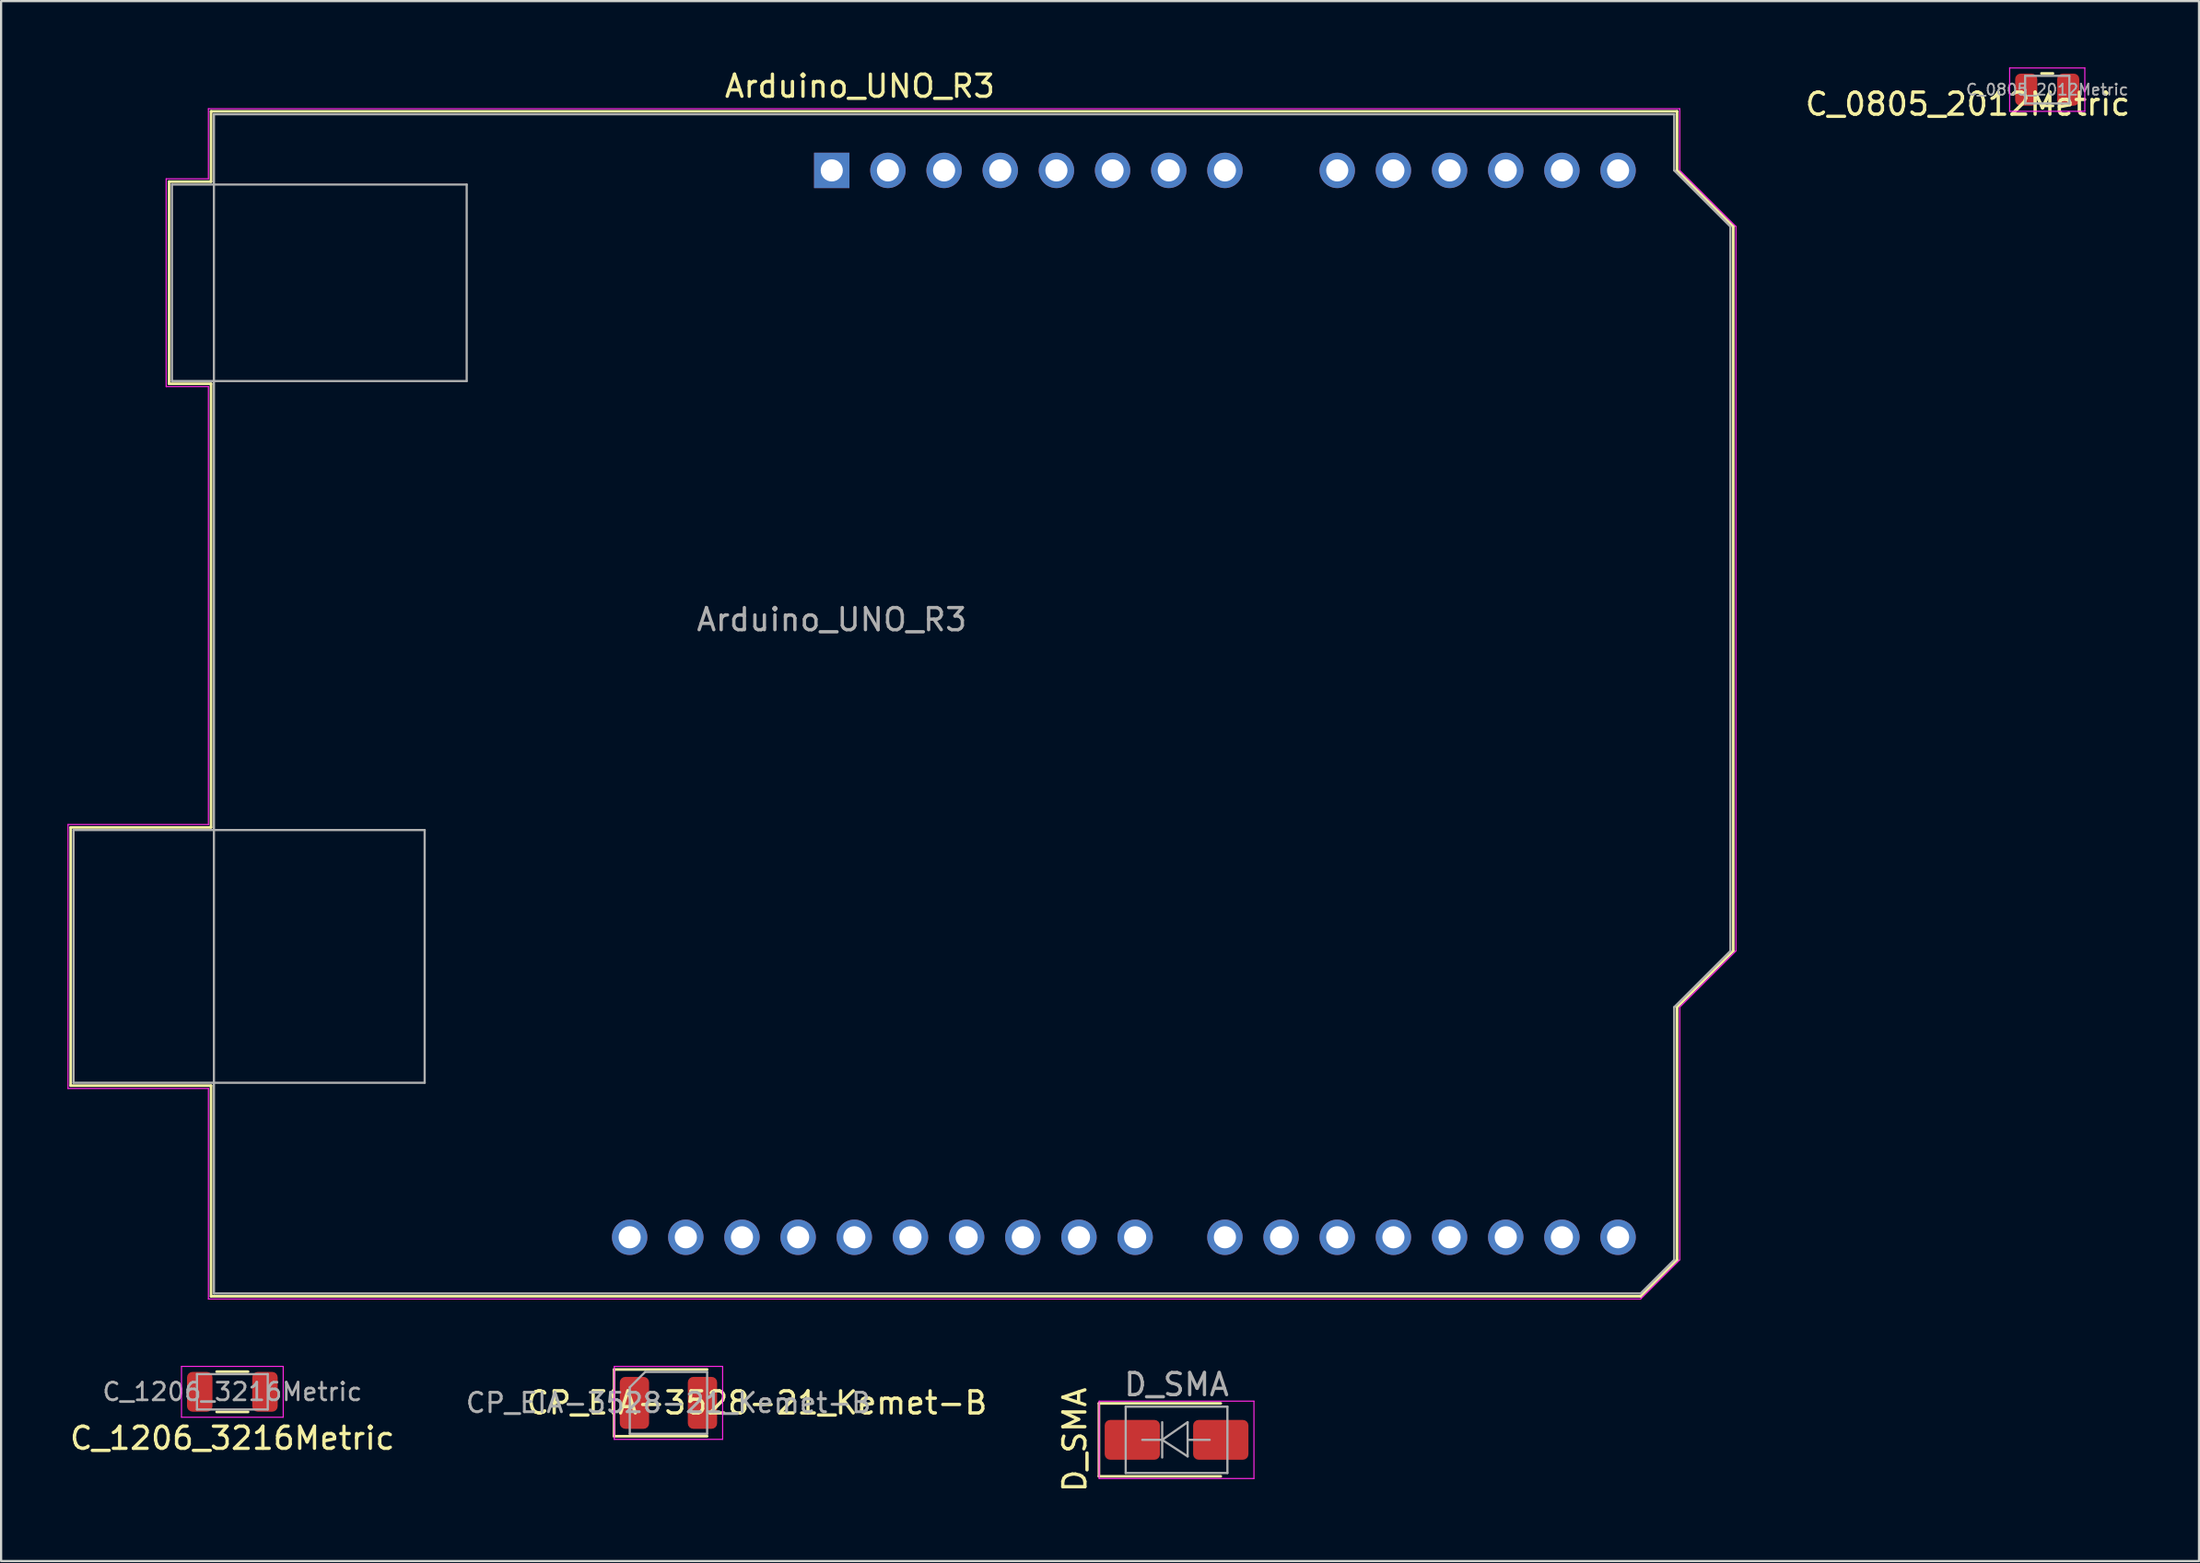
<source format=kicad_pcb>
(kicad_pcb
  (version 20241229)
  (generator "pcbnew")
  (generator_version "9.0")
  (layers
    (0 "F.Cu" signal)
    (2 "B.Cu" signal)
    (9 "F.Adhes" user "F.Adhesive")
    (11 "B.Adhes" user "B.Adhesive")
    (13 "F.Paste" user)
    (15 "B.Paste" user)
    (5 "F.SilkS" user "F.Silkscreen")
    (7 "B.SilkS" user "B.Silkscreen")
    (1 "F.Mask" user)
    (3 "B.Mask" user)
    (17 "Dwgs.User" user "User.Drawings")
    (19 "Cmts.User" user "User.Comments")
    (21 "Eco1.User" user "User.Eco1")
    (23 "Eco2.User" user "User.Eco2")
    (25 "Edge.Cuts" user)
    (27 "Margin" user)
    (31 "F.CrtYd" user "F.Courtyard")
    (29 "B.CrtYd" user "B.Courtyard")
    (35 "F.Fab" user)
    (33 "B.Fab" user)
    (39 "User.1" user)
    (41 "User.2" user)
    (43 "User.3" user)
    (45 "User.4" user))
  (footprint "CP_EIA-3528-21_Kemet-B"
    (layer "F.Cu")
    (at 27.18 60.408)
    (property "Reference" "CP_EIA-3528-21_Kemet-B" (at 4 0 0) (layer "F.SilkS") (effects (font (size 1 1) (thickness 0.15))))
    (attr smd)
    (fp_line (start -2.46 -1.51) (end -2.46 1.51) (stroke (width 0.12) (type solid)) (layer "F.SilkS"))
    (fp_line (start -2.46 1.51) (end 1.75 1.51) (stroke (width 0.12) (type solid)) (layer "F.SilkS"))
    (fp_line (start 1.75 -1.51) (end -2.46 -1.51) (stroke (width 0.12) (type solid)) (layer "F.SilkS"))
    (fp_line (start -2.45 -1.65) (end 2.45 -1.65) (stroke (width 0.05) (type solid)) (layer "F.CrtYd"))
    (fp_line (start -2.45 1.65) (end -2.45 -1.65) (stroke (width 0.05) (type solid)) (layer "F.CrtYd"))
    (fp_line (start 2.45 -1.65) (end 2.45 1.65) (stroke (width 0.05) (type solid)) (layer "F.CrtYd"))
    (fp_line (start 2.45 1.65) (end -2.45 1.65) (stroke (width 0.05) (type solid)) (layer "F.CrtYd"))
    (fp_line (start -1.75 -0.7) (end -1.75 1.4) (stroke (width 0.1) (type solid)) (layer "F.Fab"))
    (fp_line (start -1.75 1.4) (end 1.75 1.4) (stroke (width 0.1) (type solid)) (layer "F.Fab"))
    (fp_line (start -1.05 -1.4) (end -1.75 -0.7) (stroke (width 0.1) (type solid)) (layer "F.Fab"))
    (fp_line (start 1.75 -1.4) (end -1.05 -1.4) (stroke (width 0.1) (type solid)) (layer "F.Fab"))
    (fp_line (start 1.75 1.4) (end 1.75 -1.4) (stroke (width 0.1) (type solid)) (layer "F.Fab"))
    (fp_text user "${REFERENCE}" (at 0 0 0) (layer "F.Fab") (effects (font (size 0.88 0.88) (thickness 0.13))))
    (pad "1" smd roundrect (at -1.538 0) (size 1.325 2.35) (layers "F.Cu" "F.Mask" "F.Paste") (roundrect_rratio 0.189))
    (pad "2" smd roundrect (at 1.538 0) (size 1.325 2.35) (layers "F.Cu" "F.Mask" "F.Paste") (roundrect_rratio 0.189)))
  (footprint "C_1206_3216Metric"
    (layer "F.Cu")
    (at 7.458 59.908)
    (property "Reference" "C_1206_3216Metric" (at 0 2.1 0) (layer "F.SilkS") (effects (font (size 1 1) (thickness 0.15))))
    (attr smd)
    (fp_line (start -0.711 -0.91) (end 0.711 -0.91) (stroke (width 0.12) (type solid)) (layer "F.SilkS"))
    (fp_line (start -0.711 0.91) (end 0.711 0.91) (stroke (width 0.12) (type solid)) (layer "F.SilkS"))
    (fp_line (start -2.3 -1.15) (end 2.3 -1.15) (stroke (width 0.05) (type solid)) (layer "F.CrtYd"))
    (fp_line (start -2.3 1.15) (end -2.3 -1.15) (stroke (width 0.05) (type solid)) (layer "F.CrtYd"))
    (fp_line (start 2.3 -1.15) (end 2.3 1.15) (stroke (width 0.05) (type solid)) (layer "F.CrtYd"))
    (fp_line (start 2.3 1.15) (end -2.3 1.15) (stroke (width 0.05) (type solid)) (layer "F.CrtYd"))
    (fp_line (start -1.6 -0.8) (end 1.6 -0.8) (stroke (width 0.1) (type solid)) (layer "F.Fab"))
    (fp_line (start -1.6 0.8) (end -1.6 -0.8) (stroke (width 0.1) (type solid)) (layer "F.Fab"))
    (fp_line (start 1.6 -0.8) (end 1.6 0.8) (stroke (width 0.1) (type solid)) (layer "F.Fab"))
    (fp_line (start 1.6 0.8) (end -1.6 0.8) (stroke (width 0.1) (type solid)) (layer "F.Fab"))
    (fp_text user "${REFERENCE}" (at 0 0 0) (layer "F.Fab") (effects (font (size 0.8 0.8) (thickness 0.12))))
    (pad "1" smd roundrect (at -1.475 0) (size 1.15 1.8) (layers "F.Cu" "F.Mask" "F.Paste") (roundrect_rratio 0.217))
    (pad "2" smd roundrect (at 1.475 0) (size 1.15 1.8) (layers "F.Cu" "F.Mask" "F.Paste") (roundrect_rratio 0.217)))
  (footprint "Arduino_UNO_R3"
    (layer "F.Cu")
    (at 40.415 26.168)
    (property "Reference" "Arduino_UNO_R3" (at -4.58 -25.32 180) (layer "F.SilkS") (effects (font (size 1 1) (thickness 0.15))))
    (attr through_hole)
    (fp_line (start -40.27 8.21) (end -40.27 19.89) (stroke (width 0.12) (type solid)) (layer "F.SilkS"))
    (fp_line (start -40.27 19.89) (end -33.92 19.89) (stroke (width 0.12) (type solid)) (layer "F.SilkS"))
    (fp_line (start -35.82 -21) (end -35.82 -11.86) (stroke (width 0.12) (type solid)) (layer "F.SilkS"))
    (fp_line (start -35.82 -11.86) (end -33.92 -11.86) (stroke (width 0.12) (type solid)) (layer "F.SilkS"))
    (fp_line (start -33.92 -24.18) (end -33.92 -21) (stroke (width 0.12) (type solid)) (layer "F.SilkS"))
    (fp_line (start -33.92 -21) (end -35.82 -21) (stroke (width 0.12) (type solid)) (layer "F.SilkS"))
    (fp_line (start -33.92 -11.86) (end -33.92 8.21) (stroke (width 0.12) (type solid)) (layer "F.SilkS"))
    (fp_line (start -33.92 8.21) (end -40.27 8.21) (stroke (width 0.12) (type solid)) (layer "F.SilkS"))
    (fp_line (start -33.92 19.89) (end -33.92 29.42) (stroke (width 0.12) (type solid)) (layer "F.SilkS"))
    (fp_line (start -33.92 29.42) (end 30.73 29.42) (stroke (width 0.12) (type solid)) (layer "F.SilkS"))
    (fp_line (start 30.73 29.42) (end 32.38 27.77) (stroke (width 0.12) (type solid)) (layer "F.SilkS"))
    (fp_line (start 32.38 -24.18) (end -33.92 -24.18) (stroke (width 0.12) (type solid)) (layer "F.SilkS"))
    (fp_line (start 32.38 -21.51) (end 32.38 -24.18) (stroke (width 0.12) (type solid)) (layer "F.SilkS"))
    (fp_line (start 32.38 16.34) (end 34.92 13.8) (stroke (width 0.12) (type solid)) (layer "F.SilkS"))
    (fp_line (start 32.38 27.77) (end 32.38 16.34) (stroke (width 0.12) (type solid)) (layer "F.SilkS"))
    (fp_line (start 34.92 -18.97) (end 32.38 -21.51) (stroke (width 0.12) (type solid)) (layer "F.SilkS"))
    (fp_line (start 34.92 13.8) (end 34.92 -18.97) (stroke (width 0.12) (type solid)) (layer "F.SilkS"))
    (fp_line (start -40.39 8.08) (end -34.04 8.08) (stroke (width 0.05) (type solid)) (layer "F.CrtYd"))
    (fp_line (start -40.39 20.02) (end -40.39 8.08) (stroke (width 0.05) (type solid)) (layer "F.CrtYd"))
    (fp_line (start -35.95 -21.13) (end -34.04 -21.13) (stroke (width 0.05) (type solid)) (layer "F.CrtYd"))
    (fp_line (start -35.95 -11.73) (end -35.95 -21.13) (stroke (width 0.05) (type solid)) (layer "F.CrtYd"))
    (fp_line (start -34.04 -24.3) (end 32.5 -24.3) (stroke (width 0.05) (type solid)) (layer "F.CrtYd"))
    (fp_line (start -34.04 -21.13) (end -34.04 -24.3) (stroke (width 0.05) (type solid)) (layer "F.CrtYd"))
    (fp_line (start -34.04 -11.73) (end -35.95 -11.73) (stroke (width 0.05) (type solid)) (layer "F.CrtYd"))
    (fp_line (start -34.04 8.08) (end -34.04 -11.73) (stroke (width 0.05) (type solid)) (layer "F.CrtYd"))
    (fp_line (start -34.04 20.02) (end -40.39 20.02) (stroke (width 0.05) (type solid)) (layer "F.CrtYd"))
    (fp_line (start -34.04 29.54) (end -34.04 20.02) (stroke (width 0.05) (type solid)) (layer "F.CrtYd"))
    (fp_line (start 30.73 29.54) (end -34.04 29.54) (stroke (width 0.05) (type solid)) (layer "F.CrtYd"))
    (fp_line (start 32.5 -24.3) (end 32.5 -21.51) (stroke (width 0.05) (type solid)) (layer "F.CrtYd"))
    (fp_line (start 32.5 -21.51) (end 35.04 -18.97) (stroke (width 0.05) (type solid)) (layer "F.CrtYd"))
    (fp_line (start 32.5 16.34) (end 32.5 27.77) (stroke (width 0.05) (type solid)) (layer "F.CrtYd"))
    (fp_line (start 32.5 27.77) (end 30.73 29.54) (stroke (width 0.05) (type solid)) (layer "F.CrtYd"))
    (fp_line (start 35.04 -18.97) (end 35.04 13.8) (stroke (width 0.05) (type solid)) (layer "F.CrtYd"))
    (fp_line (start 35.04 13.8) (end 32.5 16.34) (stroke (width 0.05) (type solid)) (layer "F.CrtYd"))
    (fp_line (start -40.14 8.33) (end -24.26 8.33) (stroke (width 0.1) (type solid)) (layer "F.Fab"))
    (fp_line (start -40.14 19.76) (end -40.14 8.33) (stroke (width 0.1) (type solid)) (layer "F.Fab"))
    (fp_line (start -35.69 -20.87) (end -22.36 -20.87) (stroke (width 0.1) (type solid)) (layer "F.Fab"))
    (fp_line (start -35.69 -11.98) (end -35.69 -20.87) (stroke (width 0.1) (type solid)) (layer "F.Fab"))
    (fp_line (start -33.79 -24.05) (end 32.25 -24.05) (stroke (width 0.1) (type solid)) (layer "F.Fab"))
    (fp_line (start -33.79 29.29) (end -33.79 -24.05) (stroke (width 0.1) (type solid)) (layer "F.Fab"))
    (fp_line (start -24.26 8.33) (end -24.26 19.76) (stroke (width 0.1) (type solid)) (layer "F.Fab"))
    (fp_line (start -24.26 19.76) (end -40.14 19.76) (stroke (width 0.1) (type solid)) (layer "F.Fab"))
    (fp_line (start -22.36 -20.87) (end -22.36 -11.98) (stroke (width 0.1) (type solid)) (layer "F.Fab"))
    (fp_line (start -22.36 -11.98) (end -35.69 -11.98) (stroke (width 0.1) (type solid)) (layer "F.Fab"))
    (fp_line (start 30.73 29.29) (end -33.79 29.29) (stroke (width 0.1) (type solid)) (layer "F.Fab"))
    (fp_line (start 32.25 -24.05) (end 32.25 -21.51) (stroke (width 0.1) (type solid)) (layer "F.Fab"))
    (fp_line (start 32.25 -21.51) (end 34.79 -18.97) (stroke (width 0.1) (type solid)) (layer "F.Fab"))
    (fp_line (start 32.25 16.34) (end 32.25 27.77) (stroke (width 0.1) (type solid)) (layer "F.Fab"))
    (fp_line (start 32.25 27.77) (end 30.73 29.29) (stroke (width 0.1) (type solid)) (layer "F.Fab"))
    (fp_line (start 34.79 -18.97) (end 34.79 13.8) (stroke (width 0.1) (type solid)) (layer "F.Fab"))
    (fp_line (start 34.79 13.8) (end 32.25 16.34) (stroke (width 0.1) (type solid)) (layer "F.Fab"))
    (fp_text user "${REFERENCE}" (at -5.85 -1.19 180) (layer "F.Fab") (effects (font (size 1 1) (thickness 0.15))))
    (pad "1" thru_hole rect (at -5.85 -21.51 90) (size 1.6 1.6) (drill 1) (layers "*.Cu" "*.Mask"))
    (pad "2" thru_hole oval (at -3.31 -21.51 90) (size 1.6 1.6) (drill 1) (layers "*.Cu" "*.Mask"))
    (pad "3" thru_hole oval (at -0.77 -21.51 90) (size 1.6 1.6) (drill 1) (layers "*.Cu" "*.Mask"))
    (pad "4" thru_hole oval (at 1.77 -21.51 90) (size 1.6 1.6) (drill 1) (layers "*.Cu" "*.Mask"))
    (pad "5" thru_hole oval (at 4.31 -21.51 90) (size 1.6 1.6) (drill 1) (layers "*.Cu" "*.Mask"))
    (pad "6" thru_hole oval (at 6.85 -21.51 90) (size 1.6 1.6) (drill 1) (layers "*.Cu" "*.Mask"))
    (pad "7" thru_hole oval (at 9.39 -21.51 90) (size 1.6 1.6) (drill 1) (layers "*.Cu" "*.Mask"))
    (pad "8" thru_hole oval (at 11.93 -21.51 90) (size 1.6 1.6) (drill 1) (layers "*.Cu" "*.Mask"))
    (pad "9" thru_hole oval (at 17.01 -21.51 90) (size 1.6 1.6) (drill 1) (layers "*.Cu" "*.Mask"))
    (pad "10" thru_hole oval (at 19.55 -21.51 90) (size 1.6 1.6) (drill 1) (layers "*.Cu" "*.Mask"))
    (pad "11" thru_hole oval (at 22.09 -21.51 90) (size 1.6 1.6) (drill 1) (layers "*.Cu" "*.Mask"))
    (pad "12" thru_hole oval (at 24.63 -21.51 90) (size 1.6 1.6) (drill 1) (layers "*.Cu" "*.Mask"))
    (pad "13" thru_hole oval (at 27.17 -21.51 90) (size 1.6 1.6) (drill 1) (layers "*.Cu" "*.Mask"))
    (pad "14" thru_hole oval (at 29.71 -21.51 90) (size 1.6 1.6) (drill 1) (layers "*.Cu" "*.Mask"))
    (pad "15" thru_hole oval (at 29.71 26.75 90) (size 1.6 1.6) (drill 1) (layers "*.Cu" "*.Mask"))
    (pad "16" thru_hole oval (at 27.17 26.75 90) (size 1.6 1.6) (drill 1) (layers "*.Cu" "*.Mask"))
    (pad "17" thru_hole oval (at 24.63 26.75 90) (size 1.6 1.6) (drill 1) (layers "*.Cu" "*.Mask"))
    (pad "18" thru_hole oval (at 22.09 26.75 90) (size 1.6 1.6) (drill 1) (layers "*.Cu" "*.Mask"))
    (pad "19" thru_hole oval (at 19.55 26.75 90) (size 1.6 1.6) (drill 1) (layers "*.Cu" "*.Mask"))
    (pad "20" thru_hole oval (at 17.01 26.75 90) (size 1.6 1.6) (drill 1) (layers "*.Cu" "*.Mask"))
    (pad "21" thru_hole oval (at 14.47 26.75 90) (size 1.6 1.6) (drill 1) (layers "*.Cu" "*.Mask"))
    (pad "22" thru_hole oval (at 11.93 26.75 90) (size 1.6 1.6) (drill 1) (layers "*.Cu" "*.Mask"))
    (pad "23" thru_hole oval (at 7.87 26.75 90) (size 1.6 1.6) (drill 1) (layers "*.Cu" "*.Mask"))
    (pad "24" thru_hole oval (at 5.33 26.75 90) (size 1.6 1.6) (drill 1) (layers "*.Cu" "*.Mask"))
    (pad "25" thru_hole oval (at 2.79 26.75 90) (size 1.6 1.6) (drill 1) (layers "*.Cu" "*.Mask"))
    (pad "26" thru_hole oval (at 0.25 26.75 90) (size 1.6 1.6) (drill 1) (layers "*.Cu" "*.Mask"))
    (pad "27" thru_hole oval (at -2.29 26.75 90) (size 1.6 1.6) (drill 1) (layers "*.Cu" "*.Mask"))
    (pad "28" thru_hole oval (at -4.83 26.75 90) (size 1.6 1.6) (drill 1) (layers "*.Cu" "*.Mask"))
    (pad "29" thru_hole oval (at -7.37 26.75 90) (size 1.6 1.6) (drill 1) (layers "*.Cu" "*.Mask"))
    (pad "30" thru_hole oval (at -9.91 26.75 90) (size 1.6 1.6) (drill 1) (layers "*.Cu" "*.Mask"))
    (pad "31" thru_hole oval (at -12.45 26.75 90) (size 1.6 1.6) (drill 1) (layers "*.Cu" "*.Mask"))
    (pad "32" thru_hole oval (at -14.99 26.75 90) (size 1.6 1.6) (drill 1) (layers "*.Cu" "*.Mask")))
  (footprint "D_SMA"
    (layer "F.Cu")
    (at 50.158 62.081)
    (property "Reference" "D_SMA" (at -4.6 0 90) (layer "F.SilkS") (effects (font (size 1 1) (thickness 0.15))))
    (attr smd)
    (fp_line (start -3.51 -1.65) (end -3.51 1.65) (stroke (width 0.12) (type solid)) (layer "F.SilkS"))
    (fp_line (start -3.51 -1.65) (end 2 -1.65) (stroke (width 0.12) (type solid)) (layer "F.SilkS"))
    (fp_line (start -3.51 1.65) (end 2 1.65) (stroke (width 0.12) (type solid)) (layer "F.SilkS"))
    (fp_line (start -3.5 -1.75) (end 3.5 -1.75) (stroke (width 0.05) (type solid)) (layer "F.CrtYd"))
    (fp_line (start -3.5 1.75) (end -3.5 -1.75) (stroke (width 0.05) (type solid)) (layer "F.CrtYd"))
    (fp_line (start 3.5 -1.75) (end 3.5 1.75) (stroke (width 0.05) (type solid)) (layer "F.CrtYd"))
    (fp_line (start 3.5 1.75) (end -3.5 1.75) (stroke (width 0.05) (type solid)) (layer "F.CrtYd"))
    (fp_line (start -2.3 1.5) (end -2.3 -1.5) (stroke (width 0.1) (type solid)) (layer "F.Fab"))
    (fp_line (start -0.649 -0.799) (end -0.649 0.801) (stroke (width 0.1) (type solid)) (layer "F.Fab"))
    (fp_line (start -0.649 0.001) (end -1.551 0.001) (stroke (width 0.1) (type solid)) (layer "F.Fab"))
    (fp_line (start -0.649 0.001) (end 0.501 -0.799) (stroke (width 0.1) (type solid)) (layer "F.Fab"))
    (fp_line (start -0.649 0.001) (end 0.501 0.75) (stroke (width 0.1) (type solid)) (layer "F.Fab"))
    (fp_line (start 0.501 0.001) (end 1.499 0.001) (stroke (width 0.1) (type solid)) (layer "F.Fab"))
    (fp_line (start 0.501 0.75) (end 0.501 -0.799) (stroke (width 0.1) (type solid)) (layer "F.Fab"))
    (fp_line (start 2.3 -1.5) (end -2.3 -1.5) (stroke (width 0.1) (type solid)) (layer "F.Fab"))
    (fp_line (start 2.3 -1.5) (end 2.3 1.5) (stroke (width 0.1) (type solid)) (layer "F.Fab"))
    (fp_line (start 2.3 1.5) (end -2.3 1.5) (stroke (width 0.1) (type solid)) (layer "F.Fab"))
    (fp_text user "${REFERENCE}" (at 0 -2.5 0) (layer "F.Fab") (effects (font (size 1 1) (thickness 0.15))))
    (pad "1" smd roundrect (at -2 0) (size 2.5 1.8) (layers "F.Cu" "F.Mask" "F.Paste") (roundrect_rratio 0.139))
    (pad "2" smd roundrect (at 2 0) (size 2.5 1.8) (layers "F.Cu" "F.Mask" "F.Paste") (roundrect_rratio 0.139)))
  (footprint "C_0805_2012Metric"
    (layer "F.Cu")
    (at 89.533 1.005)
    (property "Reference" "C_0805_2012Metric" (at -3.595 0.655 0) (layer "F.SilkS") (effects (font (size 1 1) (thickness 0.15))))
    (attr smd)
    (fp_line (start -0.261 -0.735) (end 0.261 -0.735) (stroke (width 0.12) (type solid)) (layer "F.SilkS"))
    (fp_line (start -0.261 0.735) (end 0.261 0.735) (stroke (width 0.12) (type solid)) (layer "F.SilkS"))
    (fp_line (start -1.7 -0.98) (end 1.7 -0.98) (stroke (width 0.05) (type solid)) (layer "F.CrtYd"))
    (fp_line (start -1.7 0.98) (end -1.7 -0.98) (stroke (width 0.05) (type solid)) (layer "F.CrtYd"))
    (fp_line (start 1.7 -0.98) (end 1.7 0.98) (stroke (width 0.05) (type solid)) (layer "F.CrtYd"))
    (fp_line (start 1.7 0.98) (end -1.7 0.98) (stroke (width 0.05) (type solid)) (layer "F.CrtYd"))
    (fp_line (start -1 -0.625) (end 1 -0.625) (stroke (width 0.1) (type solid)) (layer "F.Fab"))
    (fp_line (start -1 0.625) (end -1 -0.625) (stroke (width 0.1) (type solid)) (layer "F.Fab"))
    (fp_line (start 1 -0.625) (end 1 0.625) (stroke (width 0.1) (type solid)) (layer "F.Fab"))
    (fp_line (start 1 0.625) (end -1 0.625) (stroke (width 0.1) (type solid)) (layer "F.Fab"))
    (fp_text user "${REFERENCE}" (at 0 0 0) (layer "F.Fab") (effects (font (size 0.5 0.5) (thickness 0.08))))
    (pad "1" smd roundrect (at -0.95 0) (size 1 1.45) (layers "F.Cu" "F.Mask" "F.Paste") (roundrect_rratio 0.25))
    (pad "2" smd roundrect (at 0.95 0) (size 1 1.45) (layers "F.Cu" "F.Mask" "F.Paste") (roundrect_rratio 0.25)))
  (gr_rect
    (start -3 -3)
    (end 96.397 67.564)
    (stroke (width 0.1) (type default))
    (fill no)
    (layer "Edge.Cuts")))
</source>
